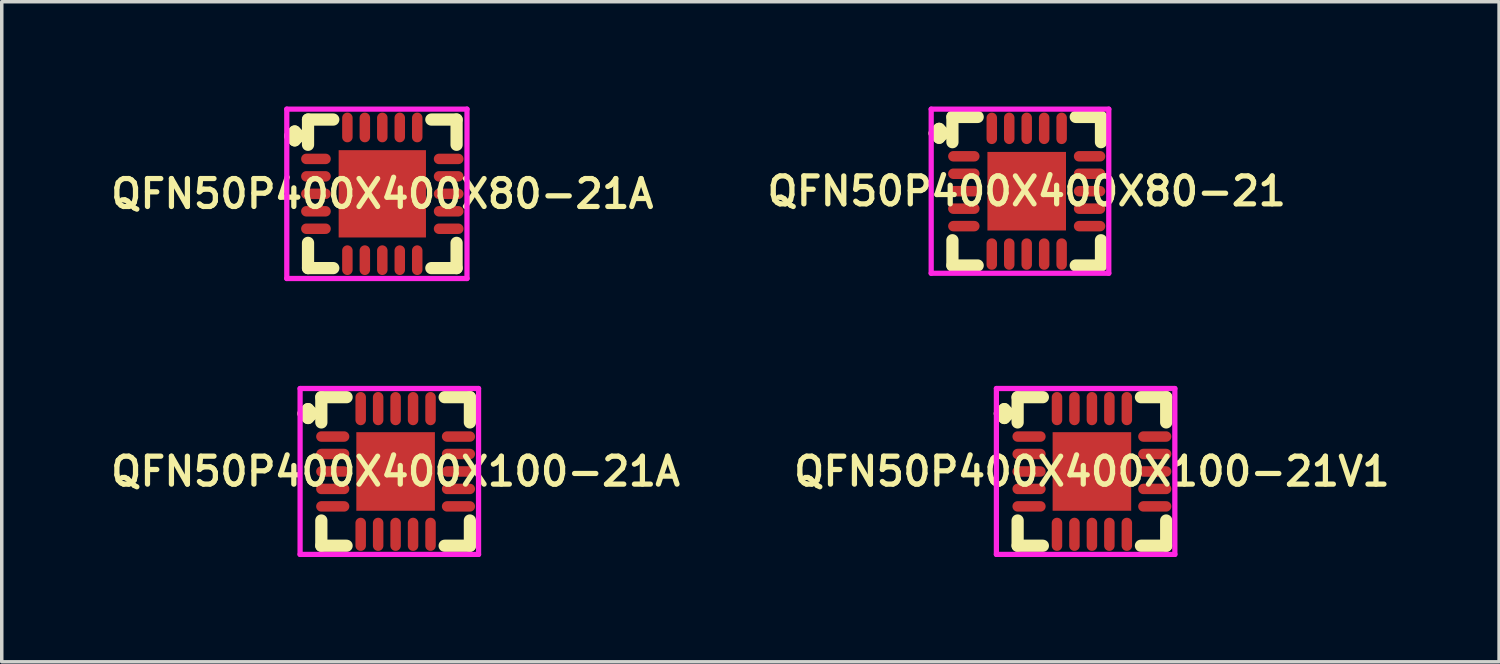
<source format=kicad_pcb>
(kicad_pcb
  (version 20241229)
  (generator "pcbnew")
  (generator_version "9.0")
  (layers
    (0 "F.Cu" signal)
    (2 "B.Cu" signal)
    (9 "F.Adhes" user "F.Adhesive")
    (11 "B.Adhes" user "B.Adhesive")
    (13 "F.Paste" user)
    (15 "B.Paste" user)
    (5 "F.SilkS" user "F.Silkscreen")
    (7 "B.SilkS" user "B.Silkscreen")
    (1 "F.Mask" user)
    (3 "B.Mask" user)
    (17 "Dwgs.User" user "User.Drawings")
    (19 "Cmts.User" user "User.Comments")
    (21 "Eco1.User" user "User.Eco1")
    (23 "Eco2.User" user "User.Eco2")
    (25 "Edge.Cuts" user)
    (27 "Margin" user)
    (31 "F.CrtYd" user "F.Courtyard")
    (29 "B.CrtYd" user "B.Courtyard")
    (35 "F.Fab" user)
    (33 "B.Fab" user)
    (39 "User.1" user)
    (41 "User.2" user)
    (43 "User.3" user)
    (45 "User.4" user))
  (footprint "QFN50P400X400X100-21A"
    (layer "F.Cu")
    (at 8.278 10.45)
    (property "Reference" "QFN50P400X400X100-21A" (at 0 0 0) (layer "F.SilkS") (effects (font (size 0.8 0.8) (thickness 0.15))))
    (attr smd)
    (fp_line (start -2.635 -1.658) (end -2.508 -1.785) (stroke (width 0.35) (type solid)) (layer "F.SilkS"))
    (fp_line (start -2.508 -1.785) (end -2.381 -1.658) (stroke (width 0.35) (type solid)) (layer "F.SilkS"))
    (fp_line (start -2.508 -1.531) (end -2.635 -1.658) (stroke (width 0.35) (type solid)) (layer "F.SilkS"))
    (fp_line (start -2.381 -1.658) (end -2.508 -1.531) (stroke (width 0.35) (type solid)) (layer "F.SilkS"))
    (fp_line (start -2.127 -2.127) (end -1.404 -2.127) (stroke (width 0.35) (type solid)) (layer "F.SilkS"))
    (fp_line (start -2.127 -1.404) (end -2.127 -2.127) (stroke (width 0.35) (type solid)) (layer "F.SilkS"))
    (fp_line (start -2.127 1.404) (end -2.127 2.127) (stroke (width 0.35) (type solid)) (layer "F.SilkS"))
    (fp_line (start -2.127 2.127) (end -1.404 2.127) (stroke (width 0.35) (type solid)) (layer "F.SilkS"))
    (fp_line (start 1.404 -2.127) (end 2.127 -2.127) (stroke (width 0.35) (type solid)) (layer "F.SilkS"))
    (fp_line (start 1.404 2.127) (end 2.127 2.127) (stroke (width 0.35) (type solid)) (layer "F.SilkS"))
    (fp_line (start 2.127 -2.127) (end 2.127 -1.404) (stroke (width 0.35) (type solid)) (layer "F.SilkS"))
    (fp_line (start 2.127 2.127) (end 2.127 1.404) (stroke (width 0.35) (type solid)) (layer "F.SilkS"))
    (fp_line (start -2.735 -2.375) (end 2.375 -2.375) (stroke (width 0.15) (type solid)) (layer "F.CrtYd"))
    (fp_line (start -2.735 2.375) (end -2.735 -2.375) (stroke (width 0.15) (type solid)) (layer "F.CrtYd"))
    (fp_line (start 2.375 -2.375) (end 2.375 2.375) (stroke (width 0.15) (type solid)) (layer "F.CrtYd"))
    (fp_line (start 2.375 2.375) (end -2.735 2.375) (stroke (width 0.15) (type solid)) (layer "F.CrtYd"))
    (pad "1" smd oval (at -1.8 -1) (size 0.95 0.3) (layers "F.Cu" "F.Mask" "F.Paste"))
    (pad "2" smd oval (at -1.8 -0.5) (size 0.95 0.3) (layers "F.Cu" "F.Mask" "F.Paste"))
    (pad "3" smd oval (at -1.8 0) (size 0.95 0.3) (layers "F.Cu" "F.Mask" "F.Paste"))
    (pad "4" smd oval (at -1.8 0.5) (size 0.95 0.3) (layers "F.Cu" "F.Mask" "F.Paste"))
    (pad "5" smd oval (at -1.8 1) (size 0.95 0.3) (layers "F.Cu" "F.Mask" "F.Paste"))
    (pad "6" smd oval (at -1 1.8) (size 0.3 0.95) (layers "F.Cu" "F.Mask" "F.Paste"))
    (pad "7" smd oval (at -0.5 1.8) (size 0.3 0.95) (layers "F.Cu" "F.Mask" "F.Paste"))
    (pad "8" smd oval (at 0 1.8) (size 0.3 0.95) (layers "F.Cu" "F.Mask" "F.Paste"))
    (pad "9" smd oval (at 0.5 1.8) (size 0.3 0.95) (layers "F.Cu" "F.Mask" "F.Paste"))
    (pad "10" smd oval (at 1 1.8) (size 0.3 0.95) (layers "F.Cu" "F.Mask" "F.Paste"))
    (pad "11" smd oval (at 1.8 1) (size 0.95 0.3) (layers "F.Cu" "F.Mask" "F.Paste"))
    (pad "12" smd oval (at 1.8 0.5) (size 0.95 0.3) (layers "F.Cu" "F.Mask" "F.Paste"))
    (pad "13" smd oval (at 1.8 0) (size 0.95 0.3) (layers "F.Cu" "F.Mask" "F.Paste"))
    (pad "14" smd oval (at 1.8 -0.5) (size 0.95 0.3) (layers "F.Cu" "F.Mask" "F.Paste"))
    (pad "15" smd oval (at 1.8 -1) (size 0.95 0.3) (layers "F.Cu" "F.Mask" "F.Paste"))
    (pad "16" smd oval (at 1 -1.8) (size 0.3 0.95) (layers "F.Cu" "F.Mask" "F.Paste"))
    (pad "17" smd oval (at 0.5 -1.8) (size 0.3 0.95) (layers "F.Cu" "F.Mask" "F.Paste"))
    (pad "18" smd oval (at 0 -1.8) (size 0.3 0.95) (layers "F.Cu" "F.Mask" "F.Paste"))
    (pad "19" smd oval (at -0.5 -1.8) (size 0.3 0.95) (layers "F.Cu" "F.Mask" "F.Paste"))
    (pad "20" smd oval (at -1 -1.8) (size 0.3 0.95) (layers "F.Cu" "F.Mask" "F.Paste"))
    (pad "21" smd rect (at 0 0) (size 2.25 2.25) (layers "F.Cu" "F.Mask" "F.Paste")))
  (footprint "QFN50P400X400X100-21V1"
    (layer "F.Cu")
    (at 28.216 10.45)
    (property "Reference" "QFN50P400X400X100-21V1" (at 0 0 0) (layer "F.SilkS") (effects (font (size 0.8 0.8) (thickness 0.15))))
    (attr smd)
    (fp_line (start -2.635 -1.658) (end -2.508 -1.785) (stroke (width 0.35) (type solid)) (layer "F.SilkS"))
    (fp_line (start -2.508 -1.785) (end -2.381 -1.658) (stroke (width 0.35) (type solid)) (layer "F.SilkS"))
    (fp_line (start -2.508 -1.531) (end -2.635 -1.658) (stroke (width 0.35) (type solid)) (layer "F.SilkS"))
    (fp_line (start -2.381 -1.658) (end -2.508 -1.531) (stroke (width 0.35) (type solid)) (layer "F.SilkS"))
    (fp_line (start -2.127 -2.127) (end -1.404 -2.127) (stroke (width 0.35) (type solid)) (layer "F.SilkS"))
    (fp_line (start -2.127 -1.404) (end -2.127 -2.127) (stroke (width 0.35) (type solid)) (layer "F.SilkS"))
    (fp_line (start -2.127 1.404) (end -2.127 2.127) (stroke (width 0.35) (type solid)) (layer "F.SilkS"))
    (fp_line (start -2.127 2.127) (end -1.404 2.127) (stroke (width 0.35) (type solid)) (layer "F.SilkS"))
    (fp_line (start 1.404 -2.127) (end 2.127 -2.127) (stroke (width 0.35) (type solid)) (layer "F.SilkS"))
    (fp_line (start 1.404 2.127) (end 2.127 2.127) (stroke (width 0.35) (type solid)) (layer "F.SilkS"))
    (fp_line (start 2.127 -2.127) (end 2.127 -1.404) (stroke (width 0.35) (type solid)) (layer "F.SilkS"))
    (fp_line (start 2.127 2.127) (end 2.127 1.404) (stroke (width 0.35) (type solid)) (layer "F.SilkS"))
    (fp_line (start -2.735 -2.375) (end 2.375 -2.375) (stroke (width 0.15) (type solid)) (layer "F.CrtYd"))
    (fp_line (start -2.735 2.375) (end -2.735 -2.375) (stroke (width 0.15) (type solid)) (layer "F.CrtYd"))
    (fp_line (start 2.375 -2.375) (end 2.375 2.375) (stroke (width 0.15) (type solid)) (layer "F.CrtYd"))
    (fp_line (start 2.375 2.375) (end -2.735 2.375) (stroke (width 0.15) (type solid)) (layer "F.CrtYd"))
    (pad "1" smd oval (at -1.8 -1) (size 0.95 0.3) (layers "F.Cu" "F.Mask" "F.Paste"))
    (pad "2" smd oval (at -1.8 -0.5) (size 0.95 0.3) (layers "F.Cu" "F.Mask" "F.Paste"))
    (pad "3" smd oval (at -1.8 0) (size 0.95 0.3) (layers "F.Cu" "F.Mask" "F.Paste"))
    (pad "4" smd oval (at -1.8 0.5) (size 0.95 0.3) (layers "F.Cu" "F.Mask" "F.Paste"))
    (pad "5" smd oval (at -1.8 1) (size 0.95 0.3) (layers "F.Cu" "F.Mask" "F.Paste"))
    (pad "6" smd oval (at -1 1.8) (size 0.3 0.95) (layers "F.Cu" "F.Mask" "F.Paste"))
    (pad "7" smd oval (at -0.5 1.8) (size 0.3 0.95) (layers "F.Cu" "F.Mask" "F.Paste"))
    (pad "8" smd oval (at 0 1.8) (size 0.3 0.95) (layers "F.Cu" "F.Mask" "F.Paste"))
    (pad "9" smd oval (at 0.5 1.8) (size 0.3 0.95) (layers "F.Cu" "F.Mask" "F.Paste"))
    (pad "10" smd oval (at 1 1.8) (size 0.3 0.95) (layers "F.Cu" "F.Mask" "F.Paste"))
    (pad "11" smd oval (at 1.8 1) (size 0.95 0.3) (layers "F.Cu" "F.Mask" "F.Paste"))
    (pad "12" smd oval (at 1.8 0.5) (size 0.95 0.3) (layers "F.Cu" "F.Mask" "F.Paste"))
    (pad "13" smd oval (at 1.8 0) (size 0.95 0.3) (layers "F.Cu" "F.Mask" "F.Paste"))
    (pad "14" smd oval (at 1.8 -0.5) (size 0.95 0.3) (layers "F.Cu" "F.Mask" "F.Paste"))
    (pad "15" smd oval (at 1.8 -1) (size 0.95 0.3) (layers "F.Cu" "F.Mask" "F.Paste"))
    (pad "16" smd oval (at 1 -1.8) (size 0.3 0.95) (layers "F.Cu" "F.Mask" "F.Paste"))
    (pad "17" smd oval (at 0.5 -1.8) (size 0.3 0.95) (layers "F.Cu" "F.Mask" "F.Paste"))
    (pad "18" smd oval (at 0 -1.8) (size 0.3 0.95) (layers "F.Cu" "F.Mask" "F.Paste"))
    (pad "19" smd oval (at -0.5 -1.8) (size 0.3 0.95) (layers "F.Cu" "F.Mask" "F.Paste"))
    (pad "20" smd oval (at -1 -1.8) (size 0.3 0.95) (layers "F.Cu" "F.Mask" "F.Paste"))
    (pad "21" smd rect (at 0 0) (size 2.25 2.25) (layers "F.Cu" "F.Mask" "F.Paste")))
  (footprint "QFN50P400X400X80-21"
    (layer "F.Cu")
    (at 26.349 2.425)
    (property "Reference" "QFN50P400X400X80-21" (at 0 0 0) (layer "F.SilkS") (effects (font (size 0.8 0.8) (thickness 0.15))))
    (attr smd)
    (fp_line (start -2.635 -1.658) (end -2.508 -1.785) (stroke (width 0.35) (type solid)) (layer "F.SilkS"))
    (fp_line (start -2.508 -1.785) (end -2.381 -1.658) (stroke (width 0.35) (type solid)) (layer "F.SilkS"))
    (fp_line (start -2.508 -1.531) (end -2.635 -1.658) (stroke (width 0.35) (type solid)) (layer "F.SilkS"))
    (fp_line (start -2.381 -1.658) (end -2.508 -1.531) (stroke (width 0.35) (type solid)) (layer "F.SilkS"))
    (fp_line (start -2.127 -2.127) (end -1.404 -2.127) (stroke (width 0.35) (type solid)) (layer "F.SilkS"))
    (fp_line (start -2.127 -1.404) (end -2.127 -2.127) (stroke (width 0.35) (type solid)) (layer "F.SilkS"))
    (fp_line (start -2.127 1.404) (end -2.127 2.127) (stroke (width 0.35) (type solid)) (layer "F.SilkS"))
    (fp_line (start -2.127 2.127) (end -1.404 2.127) (stroke (width 0.35) (type solid)) (layer "F.SilkS"))
    (fp_line (start 1.404 -2.127) (end 2.127 -2.127) (stroke (width 0.35) (type solid)) (layer "F.SilkS"))
    (fp_line (start 1.404 2.127) (end 2.127 2.127) (stroke (width 0.35) (type solid)) (layer "F.SilkS"))
    (fp_line (start 2.127 -2.127) (end 2.127 -1.404) (stroke (width 0.35) (type solid)) (layer "F.SilkS"))
    (fp_line (start 2.127 2.127) (end 2.127 1.404) (stroke (width 0.35) (type solid)) (layer "F.SilkS"))
    (fp_line (start -2.735 -2.35) (end 2.35 -2.35) (stroke (width 0.15) (type solid)) (layer "F.CrtYd"))
    (fp_line (start -2.735 2.35) (end -2.735 -2.35) (stroke (width 0.15) (type solid)) (layer "F.CrtYd"))
    (fp_line (start 2.35 -2.35) (end 2.35 2.35) (stroke (width 0.15) (type solid)) (layer "F.CrtYd"))
    (fp_line (start 2.35 2.35) (end -2.735 2.35) (stroke (width 0.15) (type solid)) (layer "F.CrtYd"))
    (pad "1" smd oval (at -1.8 -1) (size 0.9 0.3) (layers "F.Cu" "F.Mask" "F.Paste"))
    (pad "2" smd oval (at -1.8 -0.5) (size 0.9 0.3) (layers "F.Cu" "F.Mask" "F.Paste"))
    (pad "3" smd oval (at -1.8 0) (size 0.9 0.3) (layers "F.Cu" "F.Mask" "F.Paste"))
    (pad "4" smd oval (at -1.8 0.5) (size 0.9 0.3) (layers "F.Cu" "F.Mask" "F.Paste"))
    (pad "5" smd oval (at -1.8 1) (size 0.9 0.3) (layers "F.Cu" "F.Mask" "F.Paste"))
    (pad "6" smd oval (at -1 1.8) (size 0.3 0.9) (layers "F.Cu" "F.Mask" "F.Paste"))
    (pad "7" smd oval (at -0.5 1.8) (size 0.3 0.9) (layers "F.Cu" "F.Mask" "F.Paste"))
    (pad "8" smd oval (at 0 1.8) (size 0.3 0.9) (layers "F.Cu" "F.Mask" "F.Paste"))
    (pad "9" smd oval (at 0.5 1.8) (size 0.3 0.9) (layers "F.Cu" "F.Mask" "F.Paste"))
    (pad "10" smd oval (at 1 1.8) (size 0.3 0.9) (layers "F.Cu" "F.Mask" "F.Paste"))
    (pad "11" smd oval (at 1.8 1) (size 0.9 0.3) (layers "F.Cu" "F.Mask" "F.Paste"))
    (pad "12" smd oval (at 1.8 0.5) (size 0.9 0.3) (layers "F.Cu" "F.Mask" "F.Paste"))
    (pad "13" smd oval (at 1.8 0) (size 0.9 0.3) (layers "F.Cu" "F.Mask" "F.Paste"))
    (pad "14" smd oval (at 1.8 -0.5) (size 0.9 0.3) (layers "F.Cu" "F.Mask" "F.Paste"))
    (pad "15" smd oval (at 1.8 -1) (size 0.9 0.3) (layers "F.Cu" "F.Mask" "F.Paste"))
    (pad "16" smd oval (at 1 -1.8) (size 0.3 0.9) (layers "F.Cu" "F.Mask" "F.Paste"))
    (pad "17" smd oval (at 0.5 -1.8) (size 0.3 0.9) (layers "F.Cu" "F.Mask" "F.Paste"))
    (pad "18" smd oval (at 0 -1.8) (size 0.3 0.9) (layers "F.Cu" "F.Mask" "F.Paste"))
    (pad "19" smd oval (at -0.5 -1.8) (size 0.3 0.9) (layers "F.Cu" "F.Mask" "F.Paste"))
    (pad "20" smd oval (at -1 -1.8) (size 0.3 0.9) (layers "F.Cu" "F.Mask" "F.Paste"))
    (pad "21" smd rect (at 0 0) (size 2.25 2.25) (layers "F.Cu" "F.Mask" "F.Paste")))
  (footprint "QFN50P400X400X80-21A"
    (layer "F.Cu")
    (at 7.897 2.5)
    (property "Reference" "QFN50P400X400X80-21A" (at 0 0 0) (layer "F.SilkS") (effects (font (size 0.8 0.8) (thickness 0.15))))
    (attr smd)
    (fp_line (start -2.635 -1.658) (end -2.508 -1.785) (stroke (width 0.35) (type solid)) (layer "F.SilkS"))
    (fp_line (start -2.508 -1.785) (end -2.381 -1.658) (stroke (width 0.35) (type solid)) (layer "F.SilkS"))
    (fp_line (start -2.508 -1.531) (end -2.635 -1.658) (stroke (width 0.35) (type solid)) (layer "F.SilkS"))
    (fp_line (start -2.381 -1.658) (end -2.508 -1.531) (stroke (width 0.35) (type solid)) (layer "F.SilkS"))
    (fp_line (start -2.127 -2.127) (end -1.404 -2.127) (stroke (width 0.35) (type solid)) (layer "F.SilkS"))
    (fp_line (start -2.127 -1.404) (end -2.127 -2.127) (stroke (width 0.35) (type solid)) (layer "F.SilkS"))
    (fp_line (start -2.127 1.404) (end -2.127 2.127) (stroke (width 0.35) (type solid)) (layer "F.SilkS"))
    (fp_line (start -2.127 2.127) (end -1.404 2.127) (stroke (width 0.35) (type solid)) (layer "F.SilkS"))
    (fp_line (start 1.404 -2.127) (end 2.127 -2.127) (stroke (width 0.35) (type solid)) (layer "F.SilkS"))
    (fp_line (start 1.404 2.127) (end 2.127 2.127) (stroke (width 0.35) (type solid)) (layer "F.SilkS"))
    (fp_line (start 2.127 -2.127) (end 2.127 -1.404) (stroke (width 0.35) (type solid)) (layer "F.SilkS"))
    (fp_line (start 2.127 2.127) (end 2.127 1.404) (stroke (width 0.35) (type solid)) (layer "F.SilkS"))
    (fp_line (start -2.735 -2.425) (end 2.425 -2.425) (stroke (width 0.15) (type solid)) (layer "F.CrtYd"))
    (fp_line (start -2.735 2.425) (end -2.735 -2.425) (stroke (width 0.15) (type solid)) (layer "F.CrtYd"))
    (fp_line (start 2.425 -2.425) (end 2.425 2.425) (stroke (width 0.15) (type solid)) (layer "F.CrtYd"))
    (fp_line (start 2.425 2.425) (end -2.735 2.425) (stroke (width 0.15) (type solid)) (layer "F.CrtYd"))
    (pad "1" smd oval (at -1.9 -1) (size 0.85 0.3) (layers "F.Cu" "F.Mask" "F.Paste"))
    (pad "2" smd oval (at -1.9 -0.5) (size 0.85 0.3) (layers "F.Cu" "F.Mask" "F.Paste"))
    (pad "3" smd oval (at -1.9 0) (size 0.85 0.3) (layers "F.Cu" "F.Mask" "F.Paste"))
    (pad "4" smd oval (at -1.9 0.5) (size 0.85 0.3) (layers "F.Cu" "F.Mask" "F.Paste"))
    (pad "5" smd oval (at -1.9 1) (size 0.85 0.3) (layers "F.Cu" "F.Mask" "F.Paste"))
    (pad "6" smd oval (at -1 1.9) (size 0.3 0.85) (layers "F.Cu" "F.Mask" "F.Paste"))
    (pad "7" smd oval (at -0.5 1.9) (size 0.3 0.85) (layers "F.Cu" "F.Mask" "F.Paste"))
    (pad "8" smd oval (at 0 1.9) (size 0.3 0.85) (layers "F.Cu" "F.Mask" "F.Paste"))
    (pad "9" smd oval (at 0.5 1.9) (size 0.3 0.85) (layers "F.Cu" "F.Mask" "F.Paste"))
    (pad "10" smd oval (at 1 1.9) (size 0.3 0.85) (layers "F.Cu" "F.Mask" "F.Paste"))
    (pad "11" smd oval (at 1.9 1) (size 0.85 0.3) (layers "F.Cu" "F.Mask" "F.Paste"))
    (pad "12" smd oval (at 1.9 0.5) (size 0.85 0.3) (layers "F.Cu" "F.Mask" "F.Paste"))
    (pad "13" smd oval (at 1.9 0) (size 0.85 0.3) (layers "F.Cu" "F.Mask" "F.Paste"))
    (pad "14" smd oval (at 1.9 -0.5) (size 0.85 0.3) (layers "F.Cu" "F.Mask" "F.Paste"))
    (pad "15" smd oval (at 1.9 -1) (size 0.85 0.3) (layers "F.Cu" "F.Mask" "F.Paste"))
    (pad "16" smd oval (at 1 -1.9) (size 0.3 0.85) (layers "F.Cu" "F.Mask" "F.Paste"))
    (pad "17" smd oval (at 0.5 -1.9) (size 0.3 0.85) (layers "F.Cu" "F.Mask" "F.Paste"))
    (pad "18" smd oval (at 0 -1.9) (size 0.3 0.85) (layers "F.Cu" "F.Mask" "F.Paste"))
    (pad "19" smd oval (at -0.5 -1.9) (size 0.3 0.85) (layers "F.Cu" "F.Mask" "F.Paste"))
    (pad "20" smd oval (at -1 -1.9) (size 0.3 0.85) (layers "F.Cu" "F.Mask" "F.Paste"))
    (pad "21" smd rect (at 0 0) (size 2.5 2.5) (layers "F.Cu" "F.Mask" "F.Paste")))
  (gr_rect
    (start -3 -3)
    (end 39.875 15.9)
    (stroke (width 0.1) (type default))
    (fill no)
    (layer "Edge.Cuts")))
</source>
